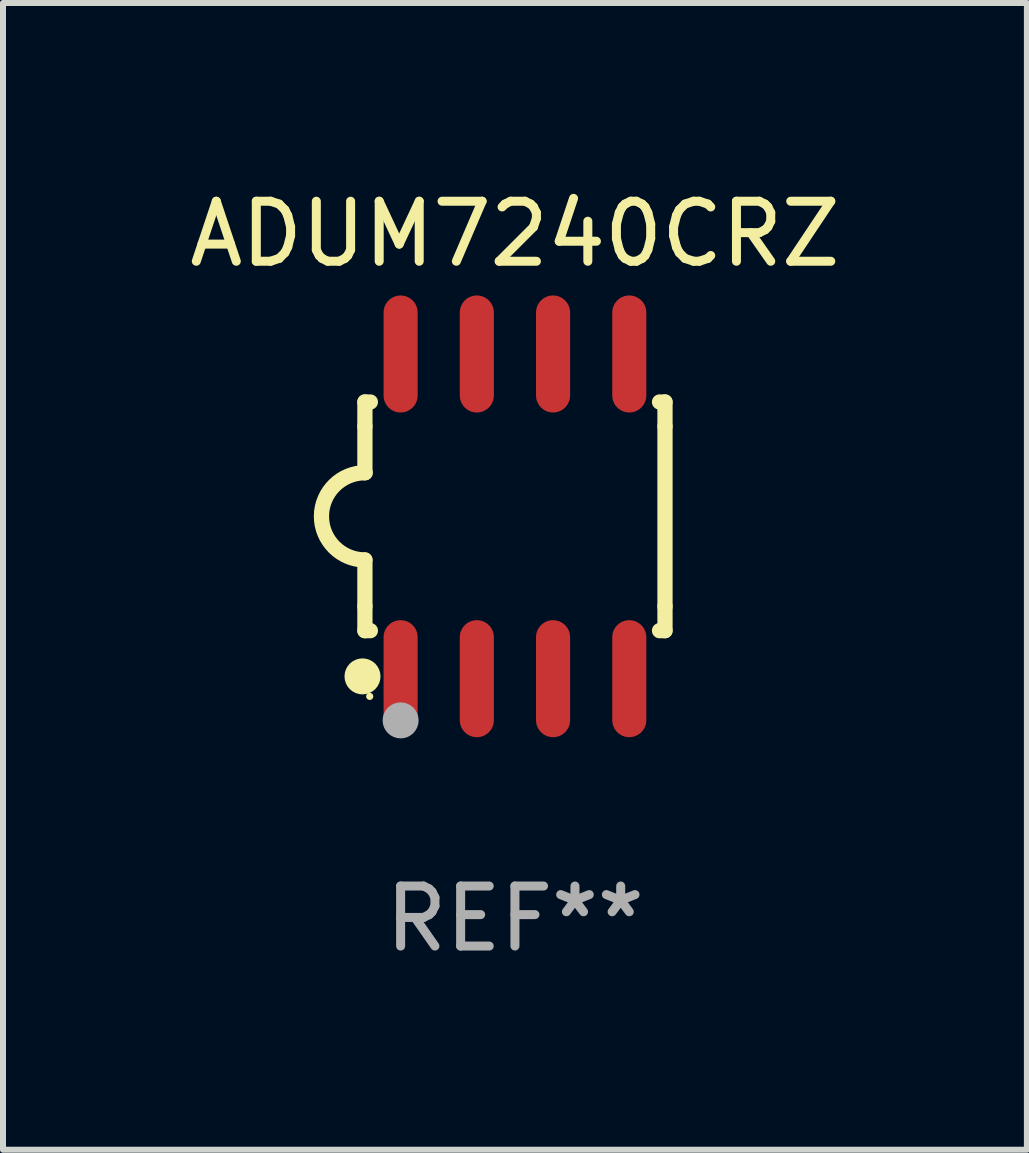
<source format=kicad_pcb>
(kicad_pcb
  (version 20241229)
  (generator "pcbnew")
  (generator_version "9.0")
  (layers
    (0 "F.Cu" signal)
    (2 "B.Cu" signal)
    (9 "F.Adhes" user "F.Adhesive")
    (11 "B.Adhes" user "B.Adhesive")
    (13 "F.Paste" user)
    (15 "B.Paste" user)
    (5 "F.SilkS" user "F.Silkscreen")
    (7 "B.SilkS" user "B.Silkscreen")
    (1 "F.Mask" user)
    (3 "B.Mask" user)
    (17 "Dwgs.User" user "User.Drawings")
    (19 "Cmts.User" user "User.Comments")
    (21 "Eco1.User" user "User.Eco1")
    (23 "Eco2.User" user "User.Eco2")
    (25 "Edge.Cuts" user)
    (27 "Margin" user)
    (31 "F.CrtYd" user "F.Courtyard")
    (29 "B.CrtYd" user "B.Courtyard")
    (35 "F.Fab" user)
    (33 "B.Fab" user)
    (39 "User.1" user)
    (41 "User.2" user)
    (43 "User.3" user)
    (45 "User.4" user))
  (footprint "ADUM7240CRZ"
    (layer "F.Cu")
    (at 5.53 5.553)
    (property "Reference" "ADUM7240CRZ" (at 0 -4.705 0) (layer "F.SilkS") (effects (font (size 1 1) (thickness 0.15))))
    (attr through_hole)
    (fp_line (start -2.5 -1.905) (end -2.409 -1.905) (stroke (width 0.254) (type solid)) (layer "F.SilkS"))
    (fp_line (start -2.5 -1.5) (end -2.5 -1.905) (stroke (width 0.254) (type solid)) (layer "F.SilkS"))
    (fp_line (start -2.5 -1.5) (end -2.5 -0.726) (stroke (width 0.254) (type solid)) (layer "F.SilkS"))
    (fp_line (start -2.5 1.5) (end -2.5 0.727) (stroke (width 0.254) (type solid)) (layer "F.SilkS"))
    (fp_line (start -2.5 1.5) (end -2.5 1.905) (stroke (width 0.254) (type solid)) (layer "F.SilkS"))
    (fp_line (start -2.5 1.905) (end -2.409 1.905) (stroke (width 0.254) (type solid)) (layer "F.SilkS"))
    (fp_line (start 2.5 -1.905) (end 2.409 -1.905) (stroke (width 0.254) (type solid)) (layer "F.SilkS"))
    (fp_line (start 2.5 -1.5) (end 2.5 -1.905) (stroke (width 0.254) (type solid)) (layer "F.SilkS"))
    (fp_line (start 2.5 -1.5) (end 2.5 1.5) (stroke (width 0.254) (type solid)) (layer "F.SilkS"))
    (fp_line (start 2.5 1.5) (end 2.5 1.905) (stroke (width 0.254) (type solid)) (layer "F.SilkS"))
    (fp_line (start 2.5 1.905) (end 2.409 1.905) (stroke (width 0.254) (type solid)) (layer "F.SilkS"))
    (fp_arc (start -2.5 0.726568) (mid -3.220316 -0.0023) (end -2.495097 -0.726289) (stroke (width 0.254001) (type solid)) (layer "F.SilkS"))
    (fp_circle (center -2.54 2.667) (end -2.39 2.667) (stroke (width 0.3) (type solid)) (fill no) (layer "F.SilkS"))
    (fp_circle (center -2.42 3) (end -2.39 3) (stroke (width 0.06) (type solid)) (fill no) (layer "F.SilkS"))
    (fp_circle (center -1.905 3.4) (end -1.755 3.4) (stroke (width 0.3) (type solid)) (fill no) (layer "F.Fab"))
    (fp_text user "REF**" (at 0 6.705 0) (layer "F.Fab") (effects (font (size 1 1) (thickness 0.15))))
    (pad "1" smd oval (at -1.905 2.705) (size 0.568 1.95) (layers "F.Cu" "F.Mask" "F.Paste"))
    (pad "2" smd oval (at -0.635 2.705) (size 0.568 1.95) (layers "F.Cu" "F.Mask" "F.Paste"))
    (pad "3" smd oval (at 0.635 2.705) (size 0.568 1.95) (layers "F.Cu" "F.Mask" "F.Paste"))
    (pad "4" smd oval (at 1.905 2.705) (size 0.568 1.95) (layers "F.Cu" "F.Mask" "F.Paste"))
    (pad "5" smd oval (at 1.905 -2.705) (size 0.568 1.95) (layers "F.Cu" "F.Mask" "F.Paste"))
    (pad "6" smd oval (at 0.635 -2.705) (size 0.568 1.95) (layers "F.Cu" "F.Mask" "F.Paste"))
    (pad "7" smd oval (at -0.635 -2.705) (size 0.568 1.95) (layers "F.Cu" "F.Mask" "F.Paste"))
    (pad "8" smd oval (at -1.905 -2.705) (size 0.568 1.95) (layers "F.Cu" "F.Mask" "F.Paste")))
  (gr_rect
    (start -3 -3)
    (end 14.06 16.107)
    (stroke (width 0.1) (type default))
    (fill no)
    (layer "Edge.Cuts")))
</source>
